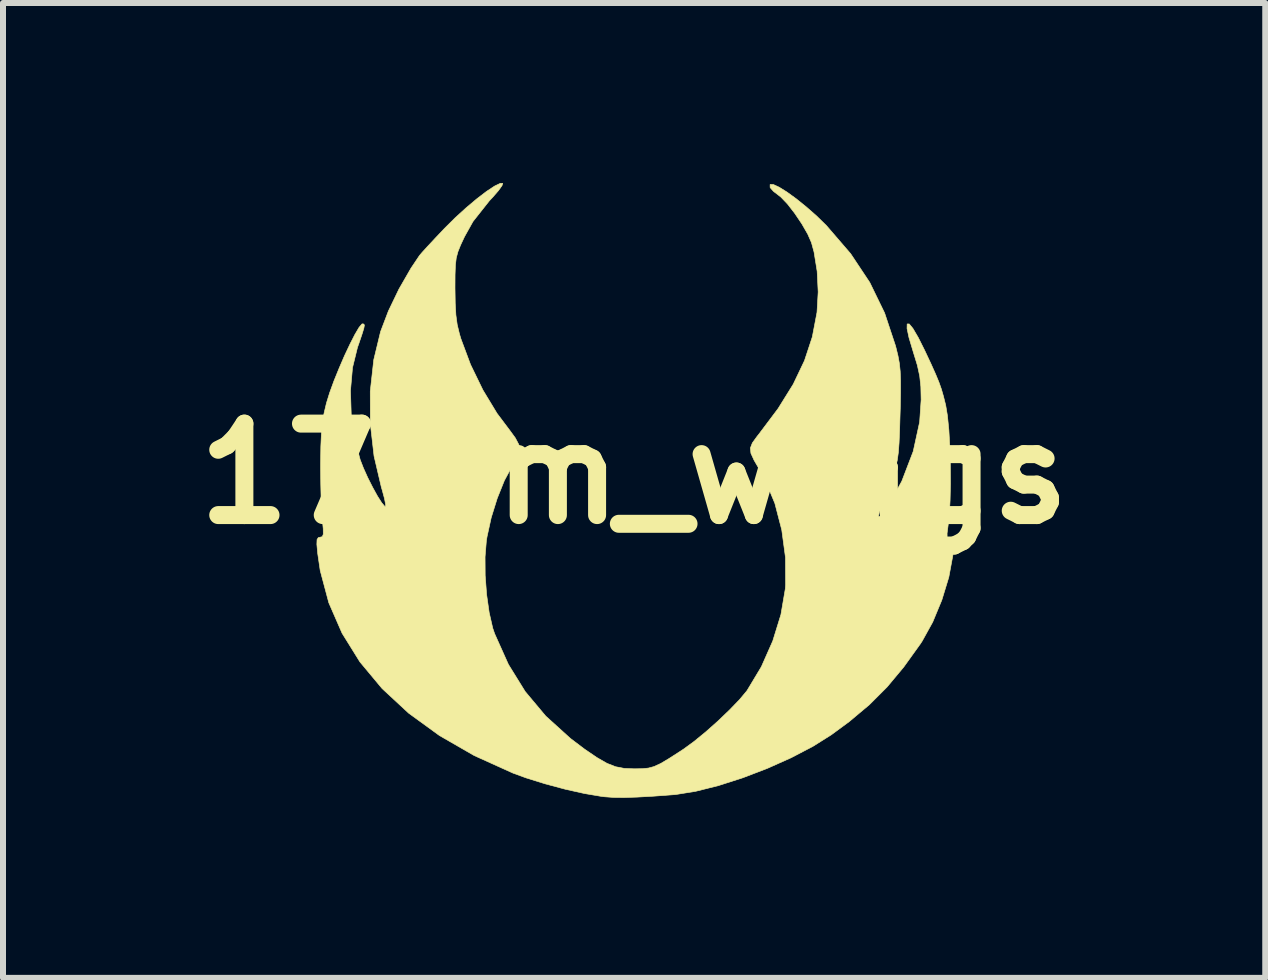
<source format=kicad_pcb>
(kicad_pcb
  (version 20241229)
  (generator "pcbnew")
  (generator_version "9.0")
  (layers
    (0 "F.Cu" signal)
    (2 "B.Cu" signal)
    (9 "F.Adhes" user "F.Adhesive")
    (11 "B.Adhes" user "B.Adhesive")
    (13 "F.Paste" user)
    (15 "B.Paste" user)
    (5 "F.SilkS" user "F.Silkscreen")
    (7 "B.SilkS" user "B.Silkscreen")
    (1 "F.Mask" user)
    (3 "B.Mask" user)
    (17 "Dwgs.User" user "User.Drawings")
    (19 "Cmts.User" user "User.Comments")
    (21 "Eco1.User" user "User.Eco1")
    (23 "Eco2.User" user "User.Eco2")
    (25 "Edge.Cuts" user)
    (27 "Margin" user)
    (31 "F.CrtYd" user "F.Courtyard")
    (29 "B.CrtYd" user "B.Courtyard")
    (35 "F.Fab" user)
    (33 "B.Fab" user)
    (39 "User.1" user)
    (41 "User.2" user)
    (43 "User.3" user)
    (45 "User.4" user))
  (footprint "17mm_wings"
    (layer "F.Cu")
    (at 7.518 4.845)
    (property "Reference" "17mm_wings" (at 0 0 0) (layer "F.SilkS") (effects (font (size 1.524 1.524) (thickness 0.3))))
    (attr through_hole)
    (fp_poly (pts (xy -2.201 -4.802) (xy -2.26 -4.719) (xy -2.358 -4.606) (xy -2.411 -4.55) (xy -2.684 -4.205) (xy -2.826 -3.951) (xy -2.892 -3.81) (xy -2.936 -3.7) (xy -2.964 -3.596) (xy -2.978 -3.477) (xy -2.984 -3.319) (xy -2.985 -3.101) (xy -2.985 -3.09) (xy -2.981 -2.838) (xy -2.97 -2.645) (xy -2.948 -2.484) (xy -2.911 -2.331) (xy -2.887 -2.25) (xy -2.726 -1.819) (xy -2.52 -1.395) (xy -2.284 -1.005) (xy -2.069 -0.719) (xy -1.98 -0.597) (xy -1.921 -0.485) (xy -1.905 -0.424) (xy -1.927 -0.334) (xy -1.985 -0.208) (xy -2.033 -0.125) (xy -2.162 0.114) (xy -2.281 0.41) (xy -2.381 0.731) (xy -2.451 1.05) (xy -2.462 1.117) (xy -2.484 1.387) (xy -2.482 1.695) (xy -2.458 2.014) (xy -2.415 2.316) (xy -2.356 2.574) (xy -2.325 2.665) (xy -2.095 3.178) (xy -1.814 3.632) (xy -1.472 4.04) (xy -1.061 4.412) (xy -0.826 4.59) (xy -0.619 4.731) (xy -0.454 4.826) (xy -0.31 4.883) (xy -0.165 4.911) (xy 0.001 4.918) (xy 0.133 4.916) (xy 0.238 4.906) (xy 0.334 4.88) (xy 0.442 4.83) (xy 0.577 4.75) (xy 0.759 4.633) (xy 0.826 4.589) (xy 0.996 4.465) (xy 1.193 4.304) (xy 1.398 4.122) (xy 1.592 3.936) (xy 1.757 3.765) (xy 1.875 3.624) (xy 1.885 3.61) (xy 2.121 3.217) (xy 2.311 2.788) (xy 2.447 2.348) (xy 2.52 1.92) (xy 2.525 1.855) (xy 2.523 1.397) (xy 2.461 0.936) (xy 2.346 0.494) (xy 2.18 0.093) (xy 2.096 -0.059) (xy 2 -0.224) (xy 1.947 -0.34) (xy 1.938 -0.428) (xy 1.971 -0.513) (xy 2.046 -0.617) (xy 2.077 -0.656) (xy 2.4 -1.086) (xy 2.652 -1.491) (xy 2.84 -1.885) (xy 2.97 -2.279) (xy 3.048 -2.687) (xy 3.049 -2.698) (xy 3.068 -3.029) (xy 3.051 -3.373) (xy 2.999 -3.695) (xy 2.956 -3.852) (xy 2.893 -3.995) (xy 2.795 -4.165) (xy 2.677 -4.34) (xy 2.556 -4.496) (xy 2.449 -4.608) (xy 2.414 -4.636) (xy 2.323 -4.706) (xy 2.269 -4.767) (xy 2.267 -4.773) (xy 2.267 -4.821) (xy 2.321 -4.82) (xy 2.418 -4.775) (xy 2.548 -4.694) (xy 2.701 -4.583) (xy 2.867 -4.449) (xy 3.037 -4.3) (xy 3.2 -4.141) (xy 3.212 -4.128) (xy 3.609 -3.667) (xy 3.928 -3.187) (xy 4.175 -2.679) (xy 4.357 -2.131) (xy 4.365 -2.1) (xy 4.398 -1.965) (xy 4.421 -1.84) (xy 4.435 -1.707) (xy 4.441 -1.548) (xy 4.441 -1.346) (xy 4.436 -1.082) (xy 4.433 -0.995) (xy 4.425 -0.72) (xy 4.416 -0.512) (xy 4.404 -0.353) (xy 4.386 -0.224) (xy 4.359 -0.108) (xy 4.322 0.014) (xy 4.27 0.159) (xy 4.266 0.169) (xy 4.201 0.348) (xy 4.143 0.502) (xy 4.101 0.61) (xy 4.087 0.646) (xy 4.074 0.708) (xy 4.104 0.714) (xy 4.157 0.668) (xy 4.188 0.624) (xy 4.462 0.124) (xy 4.652 -0.372) (xy 4.759 -0.862) (xy 4.784 -1.234) (xy 4.779 -1.449) (xy 4.76 -1.627) (xy 4.721 -1.807) (xy 4.654 -2.025) (xy 4.649 -2.042) (xy 4.581 -2.269) (xy 4.549 -2.42) (xy 4.551 -2.496) (xy 4.585 -2.496) (xy 4.647 -2.421) (xy 4.736 -2.269) (xy 4.844 -2.053) (xy 4.95 -1.827) (xy 5.026 -1.657) (xy 5.081 -1.524) (xy 5.122 -1.408) (xy 5.156 -1.29) (xy 5.191 -1.15) (xy 5.193 -1.143) (xy 5.222 -0.968) (xy 5.246 -0.729) (xy 5.262 -0.447) (xy 5.271 -0.142) (xy 5.273 0.165) (xy 5.266 0.455) (xy 5.251 0.706) (xy 5.234 0.857) (xy 5.216 0.995) (xy 5.217 1.068) (xy 5.24 1.097) (xy 5.27 1.101) (xy 5.308 1.11) (xy 5.326 1.151) (xy 5.324 1.242) (xy 5.312 1.365) (xy 5.245 1.725) (xy 5.129 2.105) (xy 4.977 2.472) (xy 4.8 2.792) (xy 4.774 2.832) (xy 4.493 3.223) (xy 4.215 3.556) (xy 3.92 3.851) (xy 3.586 4.131) (xy 3.286 4.352) (xy 2.979 4.545) (xy 2.617 4.734) (xy 2.221 4.911) (xy 1.811 5.068) (xy 1.406 5.198) (xy 1.027 5.293) (xy 0.693 5.347) (xy 0.656 5.35) (xy 0.317 5.375) (xy 0.047 5.39) (xy -0.168 5.397) (xy -0.344 5.395) (xy -0.495 5.384) (xy -0.55 5.377) (xy -0.827 5.33) (xy -1.149 5.258) (xy -1.484 5.168) (xy -1.799 5.07) (xy -2.018 4.99) (xy -2.664 4.698) (xy -3.244 4.364) (xy -3.757 3.991) (xy -4.199 3.581) (xy -4.57 3.136) (xy -4.867 2.658) (xy -5.088 2.151) (xy -5.231 1.615) (xy -5.274 1.323) (xy -5.287 1.177) (xy -5.284 1.097) (xy -5.262 1.064) (xy -5.232 1.058) (xy -5.196 1.049) (xy -5.18 1.008) (xy -5.181 0.918) (xy -5.195 0.773) (xy -5.207 0.626) (xy -5.216 0.418) (xy -5.222 0.175) (xy -5.225 -0.082) (xy -5.225 -0.169) (xy -5.221 -0.451) (xy -5.211 -0.67) (xy -5.194 -0.849) (xy -5.167 -1.01) (xy -5.128 -1.174) (xy -5.125 -1.185) (xy -5.073 -1.352) (xy -5.002 -1.547) (xy -4.917 -1.756) (xy -4.827 -1.965) (xy -4.736 -2.158) (xy -4.653 -2.321) (xy -4.584 -2.438) (xy -4.536 -2.495) (xy -4.527 -2.498) (xy -4.504 -2.494) (xy -4.495 -2.475) (xy -4.504 -2.424) (xy -4.534 -2.327) (xy -4.587 -2.17) (xy -4.61 -2.106) (xy -4.693 -1.768) (xy -4.727 -1.383) (xy -4.714 -0.974) (xy -4.654 -0.566) (xy -4.565 -0.233) (xy -4.511 -0.094) (xy -4.439 0.066) (xy -4.357 0.228) (xy -4.276 0.375) (xy -4.205 0.486) (xy -4.154 0.546) (xy -4.143 0.55) (xy -4.141 0.513) (xy -4.16 0.414) (xy -4.198 0.273) (xy -4.213 0.222) (xy -4.334 -0.294) (xy -4.396 -0.833) (xy -4.397 -1.375) (xy -4.339 -1.898) (xy -4.225 -2.369) (xy -4.095 -2.711) (xy -3.92 -3.075) (xy -3.718 -3.426) (xy -3.577 -3.636) (xy -3.533 -3.688) (xy -3.443 -3.787) (xy -3.319 -3.92) (xy -3.175 -4.072) (xy -3.157 -4.091) (xy -2.984 -4.263) (xy -2.802 -4.429) (xy -2.624 -4.579) (xy -2.461 -4.704) (xy -2.325 -4.794) (xy -2.229 -4.84) (xy -2.19 -4.84) (xy -2.201 -4.802)) (stroke (width 0.01) (type solid)) (fill yes) (layer "F.SilkS")))
  (gr_rect
    (start -3 -3)
    (end 18.037 13.247)
    (stroke (width 0.1) (type default))
    (fill no)
    (layer "Edge.Cuts")))
</source>
